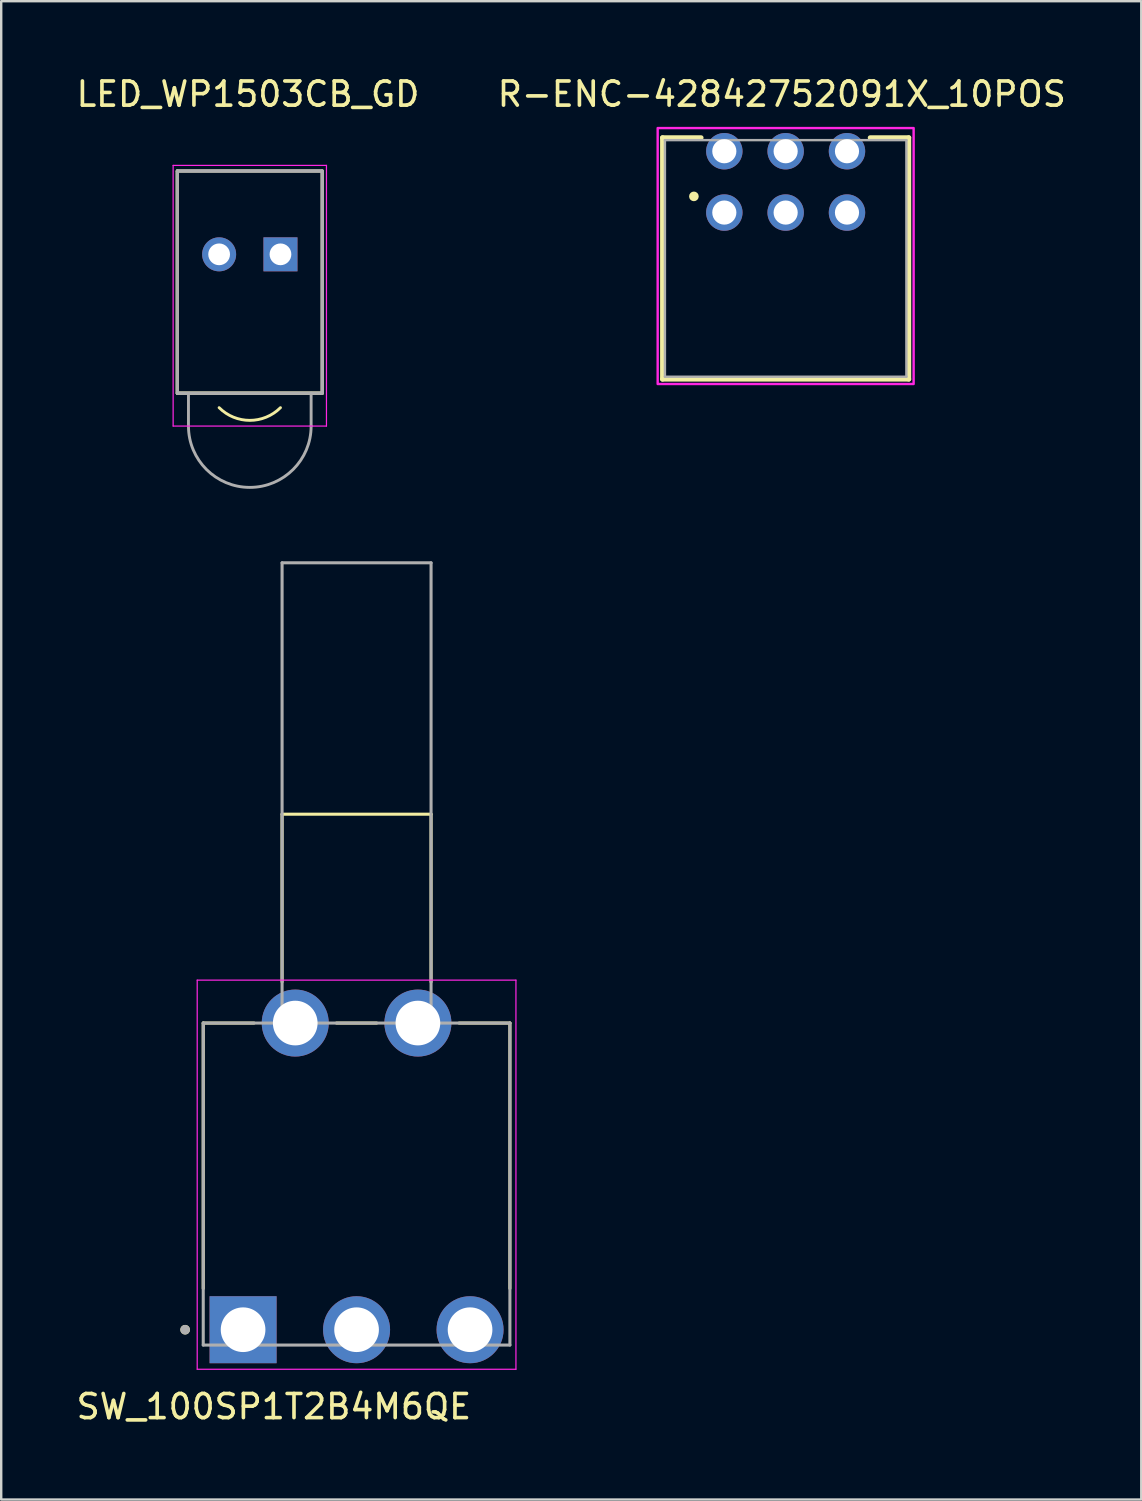
<source format=kicad_pcb>
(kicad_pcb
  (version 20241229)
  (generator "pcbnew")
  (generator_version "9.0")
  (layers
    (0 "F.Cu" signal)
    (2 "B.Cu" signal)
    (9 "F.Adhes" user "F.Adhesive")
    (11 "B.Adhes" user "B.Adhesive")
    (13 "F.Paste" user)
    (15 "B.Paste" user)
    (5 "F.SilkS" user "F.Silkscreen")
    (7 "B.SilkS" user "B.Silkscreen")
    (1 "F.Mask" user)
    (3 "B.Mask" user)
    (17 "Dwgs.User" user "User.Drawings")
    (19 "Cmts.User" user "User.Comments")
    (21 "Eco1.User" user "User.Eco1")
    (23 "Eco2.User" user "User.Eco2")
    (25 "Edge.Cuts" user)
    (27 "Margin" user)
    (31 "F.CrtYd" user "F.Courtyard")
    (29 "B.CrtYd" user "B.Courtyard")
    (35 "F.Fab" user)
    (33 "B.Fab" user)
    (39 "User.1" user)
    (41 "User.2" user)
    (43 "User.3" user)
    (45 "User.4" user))
  (footprint "LED_WP1503CB_GD"
    (layer "F.Cu")
    (at 7.295 7.483)
    (property "Reference" "LED_WP1503CB_GD" (at -0.075 -6.635 0) (layer "F.SilkS") (effects (font (size 1 1) (thickness 0.15))))
    (attr through_hole)
    (fp_line (start -3 -3.45) (end 3 -3.45) (stroke (width 0.127) (type solid)) (layer "F.SilkS"))
    (fp_line (start -3 5.75) (end -3 -3.45) (stroke (width 0.127) (type solid)) (layer "F.SilkS"))
    (fp_line (start -3 5.75) (end -3 -3.45) (stroke (width 0.127) (type solid)) (layer "F.SilkS"))
    (fp_line (start 3 -3.45) (end 3 5.75) (stroke (width 0.127) (type solid)) (layer "F.SilkS"))
    (fp_line (start 3 5.75) (end -3 5.75) (stroke (width 0.127) (type solid)) (layer "F.SilkS"))
    (fp_line (start 3 5.75) (end -3 5.75) (stroke (width 0.127) (type solid)) (layer "F.SilkS"))
    (fp_arc (start 1.27 6.35) (mid 0 6.876051) (end -1.27 6.35) (stroke (width 0.12) (type default)) (layer "F.SilkS"))
    (fp_line (start -3.175 -3.683) (end 3.175 -3.683) (stroke (width 0.05) (type default)) (layer "F.CrtYd"))
    (fp_line (start -3.175 7.112) (end -3.175 -3.683) (stroke (width 0.05) (type default)) (layer "F.CrtYd"))
    (fp_line (start 3.175 -3.683) (end 3.175 7.112) (stroke (width 0.05) (type default)) (layer "F.CrtYd"))
    (fp_line (start 3.175 7.112) (end -3.175 7.112) (stroke (width 0.05) (type default)) (layer "F.CrtYd"))
    (fp_line (start -3 -3.45) (end 3 -3.45) (stroke (width 0.127) (type solid)) (layer "F.Fab"))
    (fp_line (start -3 -3.45) (end 3 -3.45) (stroke (width 0.127) (type solid)) (layer "F.Fab"))
    (fp_line (start -3 5.75) (end -3 -3.45) (stroke (width 0.127) (type solid)) (layer "F.Fab"))
    (fp_line (start -3 5.75) (end -3 -3.45) (stroke (width 0.127) (type solid)) (layer "F.Fab"))
    (fp_line (start -2.54 7.112) (end -2.54 5.842) (stroke (width 0.12) (type solid)) (layer "F.Fab"))
    (fp_line (start 2.54 7.112) (end 2.54 5.75) (stroke (width 0.12) (type solid)) (layer "F.Fab"))
    (fp_line (start 3 -3.45) (end 3 5.75) (stroke (width 0.127) (type solid)) (layer "F.Fab"))
    (fp_line (start 3 -3.45) (end 3 5.75) (stroke (width 0.127) (type solid)) (layer "F.Fab"))
    (fp_line (start 3 5.75) (end -3 5.75) (stroke (width 0.127) (type solid)) (layer "F.Fab"))
    (fp_line (start 3 5.75) (end -3 5.75) (stroke (width 0.127) (type solid)) (layer "F.Fab"))
    (fp_arc (start 2.54 7.112) (mid 0 9.652) (end -2.54 7.112) (stroke (width 0.12) (type solid)) (layer "F.Fab"))
    (pad "1" thru_hole rect (at 1.27 0) (size 1.408 1.408) (drill 0.9) (layers "*.Cu" "*.Mask"))
    (pad "2" thru_hole circle (at -1.27 0) (size 1.408 1.408) (drill 0.9) (layers "*.Cu" "*.Mask")))
  (footprint "R-ENC-42842752091X_10POS"
    (layer "F.Cu")
    (at 29.487 7.653)
    (property "Reference" "R-ENC-42842752091X_10POS" (at -0.16 -6.805 0) (layer "F.SilkS") (effects (font (size 1 1) (thickness 0.15))))
    (attr through_hole)
    (fp_line (start -5.1 -5) (end -5.1 5) (stroke (width 0.2) (type solid)) (layer "F.SilkS"))
    (fp_line (start -5.1 5) (end 5.1 5) (stroke (width 0.2) (type solid)) (layer "F.SilkS"))
    (fp_line (start -3.5 -5) (end -5.1 -5) (stroke (width 0.2) (type solid)) (layer "F.SilkS"))
    (fp_line (start 5.1 -5) (end 3.5 -5) (stroke (width 0.2) (type solid)) (layer "F.SilkS"))
    (fp_line (start 5.1 5) (end 5.1 -5) (stroke (width 0.2) (type solid)) (layer "F.SilkS"))
    (fp_circle (center -3.8 -2.57) (end -3.7 -2.57) (stroke (width 0.2) (type solid)) (fill no) (layer "F.SilkS"))
    (fp_poly (pts (xy -5.3 -5.4) (xy 5.3 -5.4) (xy 5.3 5.2) (xy -5.3 5.2)) (stroke (width 0.1) (type solid)) (fill no) (layer "F.CrtYd"))
    (fp_line (start -5 -4.9) (end -5 4.9) (stroke (width 0.1) (type solid)) (layer "F.Fab"))
    (fp_line (start -5 4.9) (end 5 4.9) (stroke (width 0.1) (type solid)) (layer "F.Fab"))
    (fp_line (start 5 -4.9) (end -5 -4.9) (stroke (width 0.1) (type solid)) (layer "F.Fab"))
    (fp_line (start 5 4.9) (end 5 -4.9) (stroke (width 0.1) (type solid)) (layer "F.Fab"))
    (pad "1" thru_hole circle (at -2.54 -1.9) (size 1.508 1.508) (drill 1) (layers "*.Cu" "*.Mask"))
    (pad "2" thru_hole circle (at 2.54 -4.44) (size 1.508 1.508) (drill 1) (layers "*.Cu" "*.Mask"))
    (pad "4" thru_hole circle (at 2.54 -1.9) (size 1.508 1.508) (drill 1) (layers "*.Cu" "*.Mask"))
    (pad "8" thru_hole circle (at -2.54 -4.44) (size 1.508 1.508) (drill 1) (layers "*.Cu" "*.Mask"))
    (pad "C1" thru_hole circle (at 0 -1.9) (size 1.508 1.508) (drill 1) (layers "*.Cu" "*.Mask"))
    (pad "C2" thru_hole circle (at 0 -4.44) (size 1.508 1.508) (drill 1) (layers "*.Cu" "*.Mask")))
  (footprint "SW_100SP1T2B4M6QE"
    (layer "F.Cu")
    (at 11.717 52.019)
    (property "Reference" "SW_100SP1T2B4M6QE" (at -3.425 3.185 0) (layer "F.SilkS") (effects (font (size 1 1) (thickness 0.15))))
    (attr through_hole)
    (fp_line (start -6.35 -12.7) (end -6.35 -1.708) (stroke (width 0.127) (type solid)) (layer "F.SilkS"))
    (fp_line (start -4.247 -12.7) (end -6.35 -12.7) (stroke (width 0.127) (type solid)) (layer "F.SilkS"))
    (fp_line (start -3.085 -21.35) (end 3.085 -21.35) (stroke (width 0.127) (type solid)) (layer "F.SilkS"))
    (fp_line (start -3.085 -14.408) (end -3.085 -21.35) (stroke (width 0.127) (type solid)) (layer "F.SilkS"))
    (fp_line (start -0.833 -12.7) (end 0.833 -12.7) (stroke (width 0.127) (type solid)) (layer "F.SilkS"))
    (fp_line (start 3.085 -21.35) (end 3.085 -14.408) (stroke (width 0.127) (type solid)) (layer "F.SilkS"))
    (fp_line (start 6.35 -12.7) (end 4.247 -12.7) (stroke (width 0.127) (type solid)) (layer "F.SilkS"))
    (fp_line (start 6.35 -1.708) (end 6.35 -12.7) (stroke (width 0.127) (type solid)) (layer "F.SilkS"))
    (fp_circle (center -7.1 0) (end -7 0) (stroke (width 0.2) (type solid)) (fill no) (layer "F.SilkS"))
    (fp_line (start -6.6 -14.478) (end -6.6 1.637) (stroke (width 0.05) (type solid)) (layer "F.CrtYd"))
    (fp_line (start -6.6 1.637) (end 6.6 1.637) (stroke (width 0.05) (type solid)) (layer "F.CrtYd"))
    (fp_line (start 6.6 -14.478) (end -6.6 -14.478) (stroke (width 0.05) (type solid)) (layer "F.CrtYd"))
    (fp_line (start 6.6 1.637) (end 6.6 -14.478) (stroke (width 0.05) (type solid)) (layer "F.CrtYd"))
    (fp_line (start -6.35 -12.7) (end -6.35 0.635) (stroke (width 0.127) (type solid)) (layer "F.Fab"))
    (fp_line (start -6.35 0.635) (end 6.35 0.635) (stroke (width 0.127) (type solid)) (layer "F.Fab"))
    (fp_line (start -3.085 -31.76) (end 3.085 -31.76) (stroke (width 0.127) (type solid)) (layer "F.Fab"))
    (fp_line (start -3.085 -12.7) (end -6.35 -12.7) (stroke (width 0.127) (type solid)) (layer "F.Fab"))
    (fp_line (start -3.085 -12.7) (end -3.085 -31.76) (stroke (width 0.127) (type solid)) (layer "F.Fab"))
    (fp_line (start 3.085 -31.76) (end 3.085 -12.7) (stroke (width 0.127) (type solid)) (layer "F.Fab"))
    (fp_line (start 3.085 -12.7) (end -3.085 -12.7) (stroke (width 0.127) (type solid)) (layer "F.Fab"))
    (fp_line (start 6.35 -12.7) (end 3.085 -12.7) (stroke (width 0.127) (type solid)) (layer "F.Fab"))
    (fp_line (start 6.35 0.635) (end 6.35 -12.7) (stroke (width 0.127) (type solid)) (layer "F.Fab"))
    (fp_circle (center -7.1 0) (end -7 0) (stroke (width 0.2) (type solid)) (fill no) (layer "F.Fab"))
    (pad "1" thru_hole rect (at -4.7 0) (size 2.775 2.775) (drill 1.85) (layers "*.Cu" "*.Mask"))
    (pad "2" thru_hole circle (at 0 0) (size 2.775 2.775) (drill 1.85) (layers "*.Cu" "*.Mask"))
    (pad "3" thru_hole circle (at 4.7 0) (size 2.775 2.775) (drill 1.85) (layers "*.Cu" "*.Mask"))
    (pad "S1" thru_hole circle (at -2.54 -12.7) (size 2.775 2.775) (drill 1.85) (layers "*.Cu" "*.Mask"))
    (pad "S2" thru_hole circle (at 2.54 -12.7) (size 2.775 2.775) (drill 1.85) (layers "*.Cu" "*.Mask")))
  (gr_rect
    (start -3 -3)
    (end 44.214 59.052)
    (stroke (width 0.1) (type default))
    (fill no)
    (layer "Edge.Cuts")))
</source>
